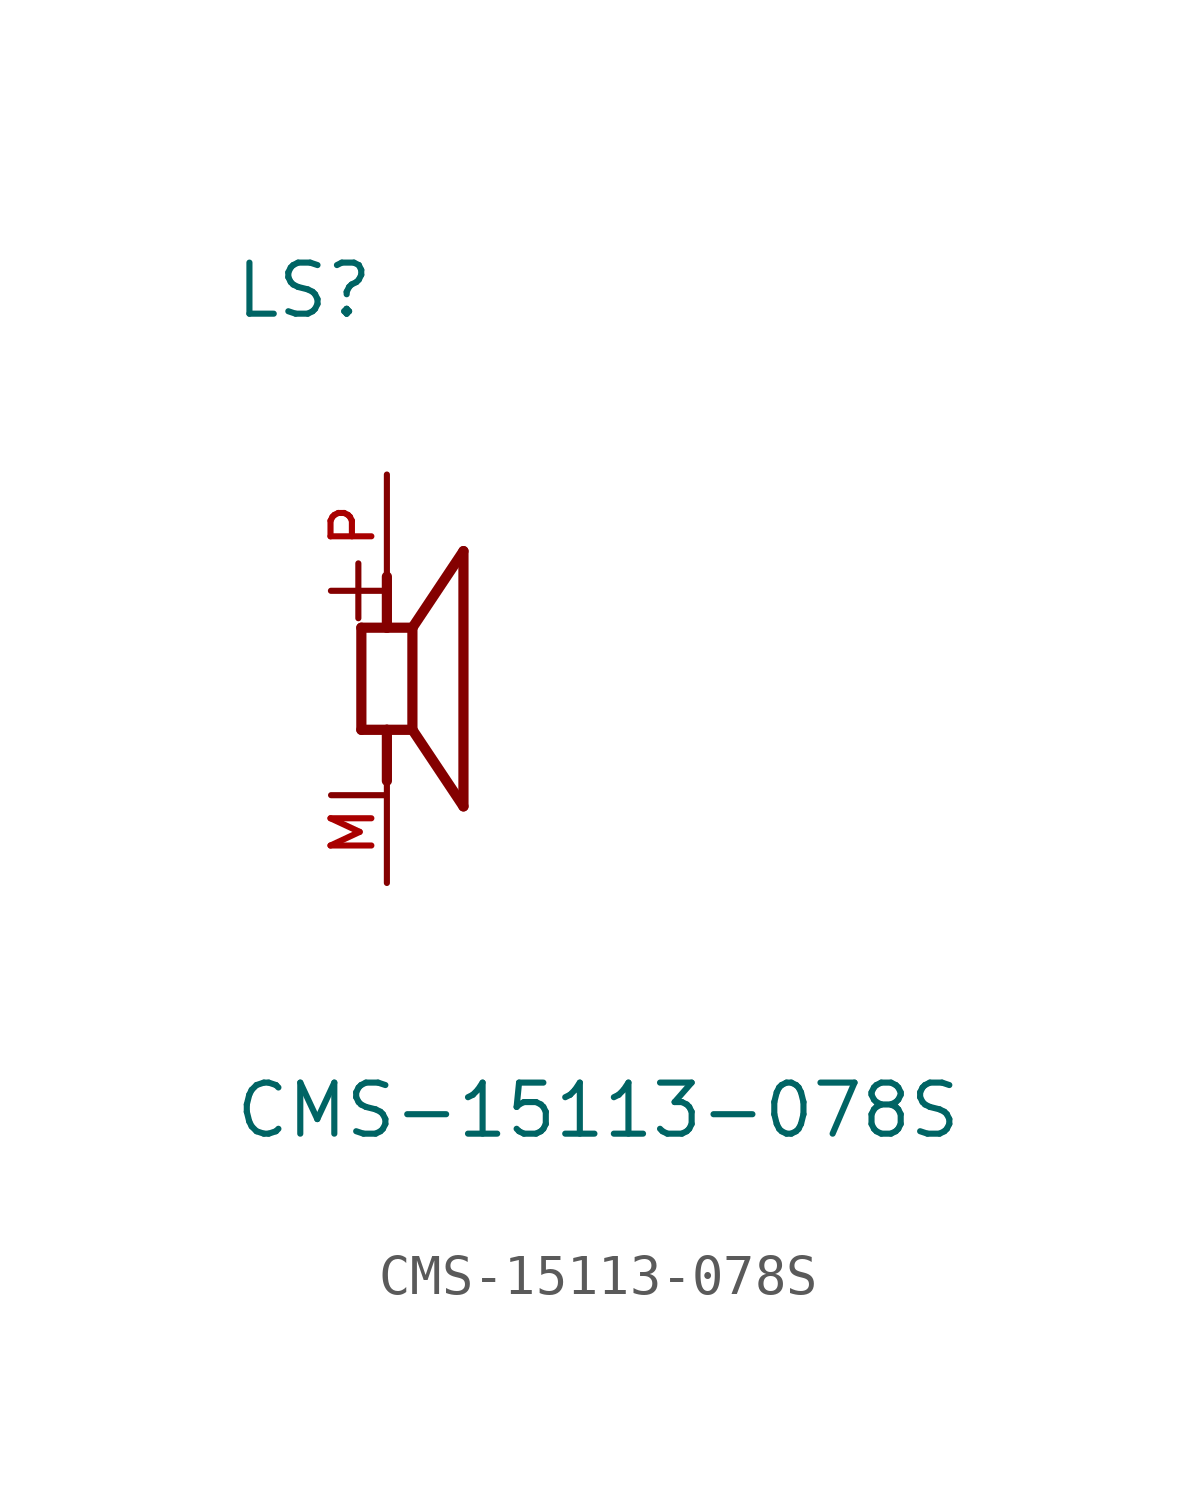
<source format=kicad_sym>
(kicad_symbol_lib
  (version 20211014)
  (generator kicad_symbol_editor)
  (symbol "CMS-15113-078S"
    (pin_names
      (offset 1.016))
    (property "Reference" "LS"
      (at -3.822 8.919 0)
      (effects (font (size 1.27 1.27)) (justify bottom left)))
    (property "Value" "CMS-15113-078S"
      (at -3.827 -11.481 0)
      (effects (font (size 1.27 1.27)) (justify bottom left)))
    (symbol "CMS-15113-078S_0_0"
      (polyline (pts (xy -0.635 1.27) (xy 0.0 1.27)) (stroke (width 0.254)))
      (polyline (pts (xy 0.0 1.27) (xy 0.635 1.27)) (stroke (width 0.254)))
      (polyline (pts (xy 0.635 1.27) (xy 0.635 -1.27)) (stroke (width 0.254)))
      (polyline (pts (xy 0.635 -1.27) (xy 0.0 -1.27)) (stroke (width 0.254)))
      (polyline (pts (xy 0.0 -1.27) (xy -0.635 -1.27)) (stroke (width 0.254)))
      (polyline (pts (xy -0.635 -1.27) (xy -0.635 1.27)) (stroke (width 0.254)))
      (polyline (pts (xy 0.635 1.27) (xy 1.905 3.175)) (stroke (width 0.254)))
      (polyline (pts (xy 1.905 3.175) (xy 1.905 -3.175)) (stroke (width 0.254)))
      (polyline (pts (xy 1.905 -3.175) (xy 0.635 -1.27)) (stroke (width 0.254)))
      (polyline (pts (xy 0.0 1.27) (xy 0.0 2.54)) (stroke (width 0.254)))
      (polyline (pts (xy 0.0 -1.27) (xy 0.0 -2.54)) (stroke (width 0.254)))
      (text "+" (at -1.918 1.279 0) (effects (font (size 1.79 1.79)) (justify bottom left)))
      (text "-" (at -1.914 -3.804 0) (effects (font (size 1.787 1.787)) (justify bottom left)))
      (pin passive line (at 0.0 5.08 270.0) (length 2.54) (name "~" (effects (font (size 1.016 1.016)))) (number "P" (effects (font (size 1.016 1.016)))))
      (pin passive line (at 0.0 -5.08 90.0) (length 2.54) (name "~" (effects (font (size 1.016 1.016)))) (number "M" (effects (font (size 1.016 1.016))))))))
</source>
